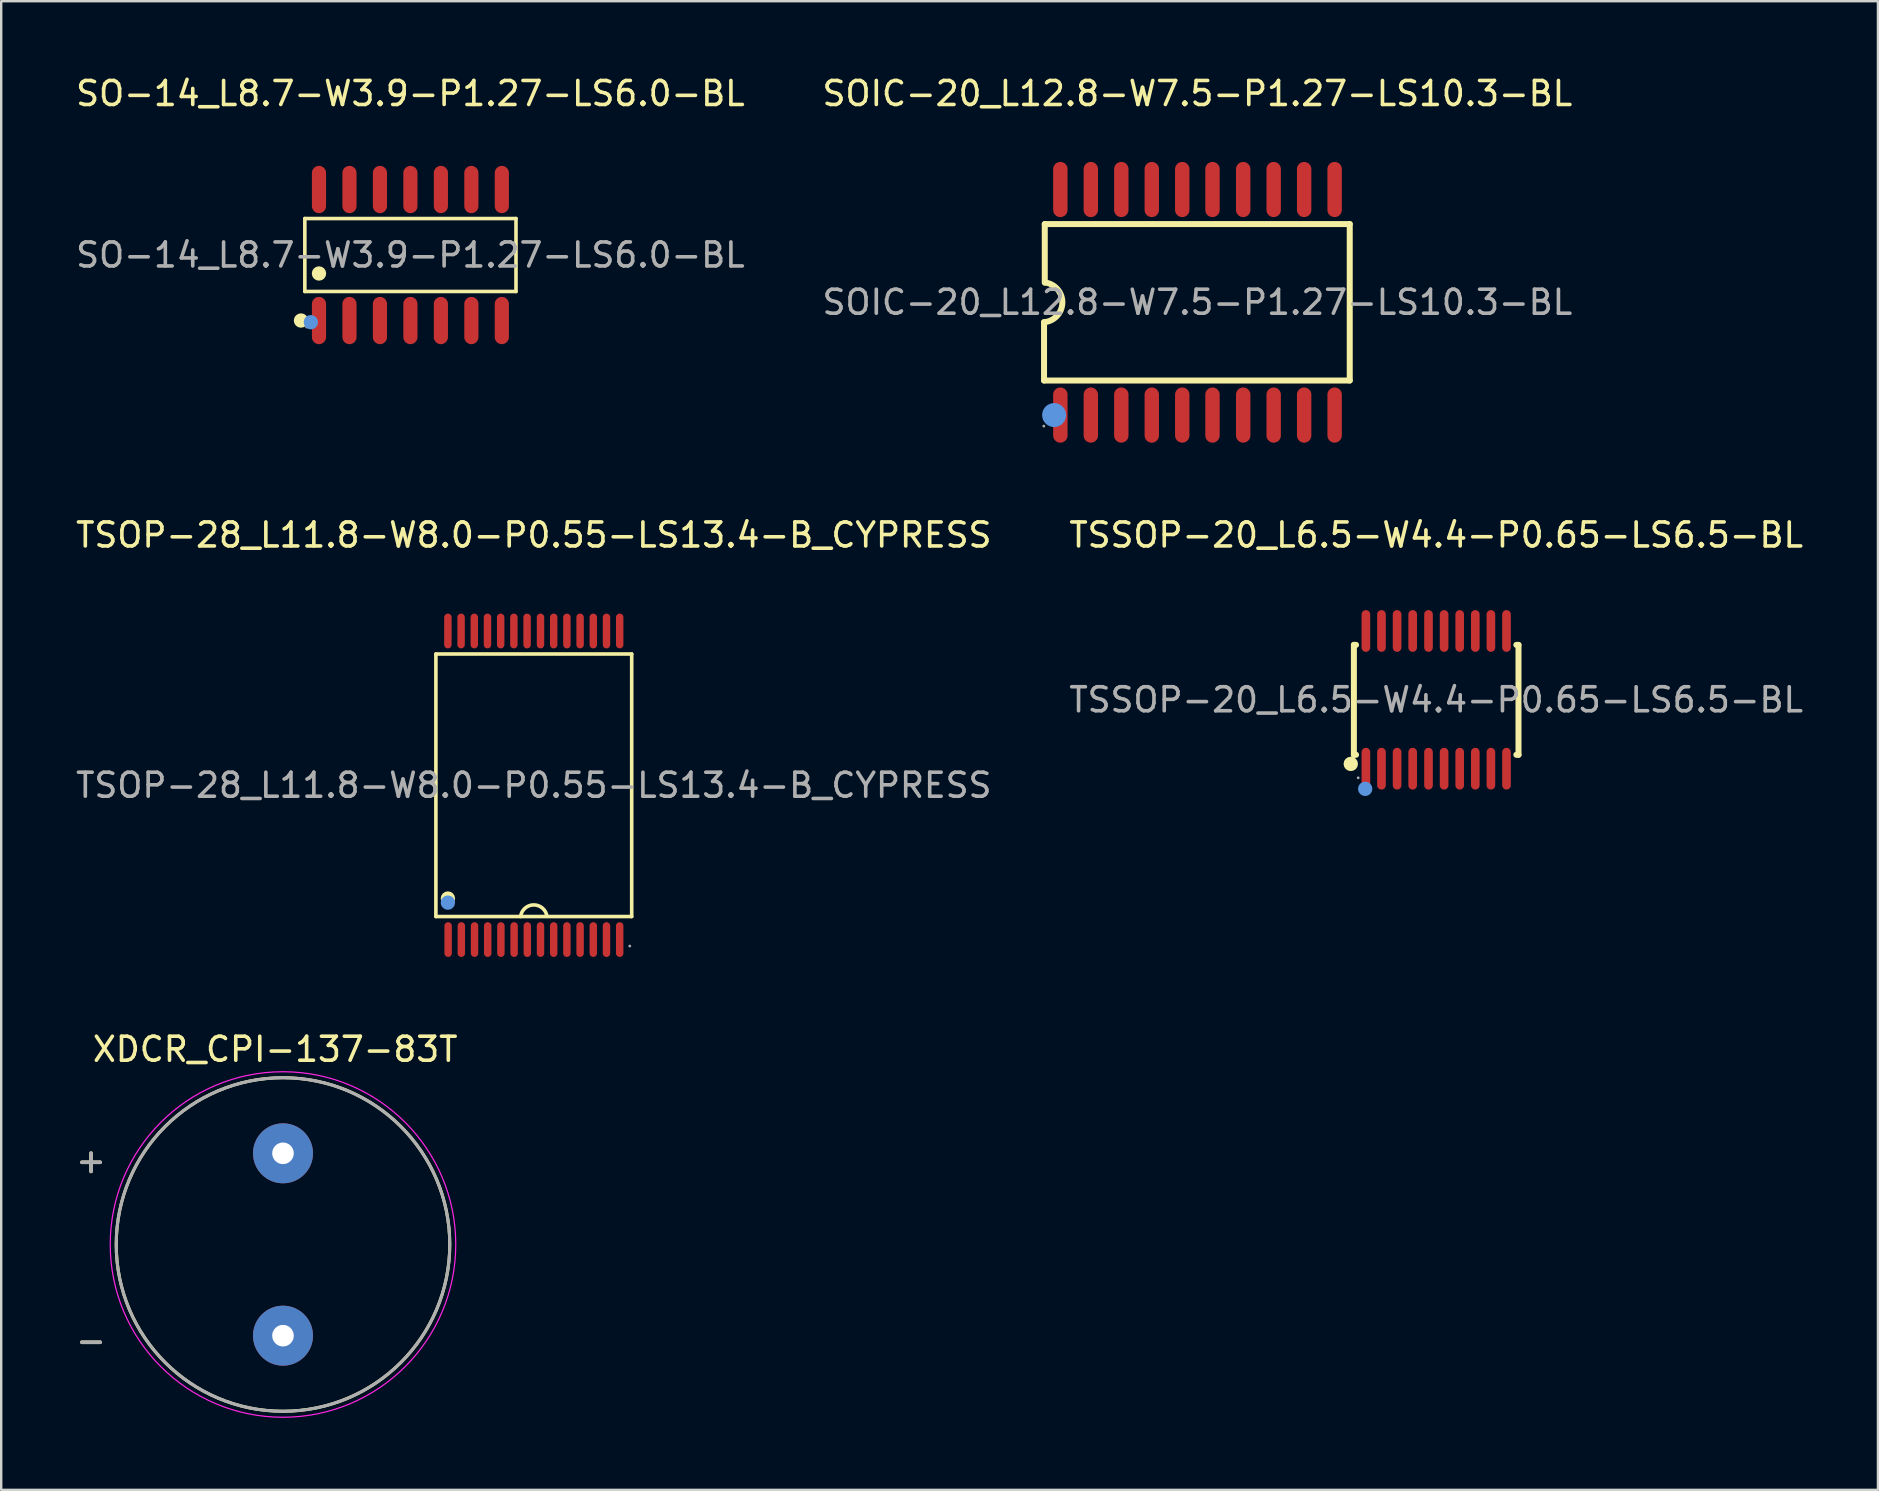
<source format=kicad_pcb>
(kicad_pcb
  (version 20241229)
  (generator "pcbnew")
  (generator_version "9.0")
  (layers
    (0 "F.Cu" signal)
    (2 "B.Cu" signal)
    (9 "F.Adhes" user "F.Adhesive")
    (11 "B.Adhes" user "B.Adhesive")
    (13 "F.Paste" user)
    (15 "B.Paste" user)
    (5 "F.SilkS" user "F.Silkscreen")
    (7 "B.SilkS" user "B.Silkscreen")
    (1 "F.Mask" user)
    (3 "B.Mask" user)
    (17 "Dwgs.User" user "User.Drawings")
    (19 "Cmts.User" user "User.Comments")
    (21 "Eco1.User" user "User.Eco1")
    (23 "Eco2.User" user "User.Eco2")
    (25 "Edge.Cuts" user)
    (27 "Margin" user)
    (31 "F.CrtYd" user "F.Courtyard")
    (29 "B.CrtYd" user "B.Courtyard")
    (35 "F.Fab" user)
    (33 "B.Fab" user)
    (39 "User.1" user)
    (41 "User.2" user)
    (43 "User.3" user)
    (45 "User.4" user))
  (footprint "XDCR_CPI-137-83T"
    (layer "F.Cu")
    (at 8.744 48.815)
    (property "Reference" "XDCR_CPI-137-83T" (at -0.325 -8.135 0) (layer "F.SilkS") (effects (font (size 1 1) (thickness 0.15))))
    (attr through_hole)
    (fp_circle (center 0 0) (end 6.95 0) (stroke (width 0.127) (type solid)) (fill no) (layer "F.SilkS"))
    (fp_circle (center 0 0) (end 7.2 0) (stroke (width 0.05) (type solid)) (fill no) (layer "F.CrtYd"))
    (fp_circle (center 0 0) (end 6.95 0) (stroke (width 0.127) (type solid)) (fill no) (layer "F.Fab"))
    (fp_text user "+" (at -8 -3.5 0) (layer "F.SilkS") (effects (font (size 1 1) (thickness 0.15))))
    (fp_text user "-" (at -8 4 0) (layer "F.SilkS") (effects (font (size 1 1) (thickness 0.15))))
    (fp_text user "-" (at -8 4 0) (layer "F.Fab") (effects (font (size 1 1) (thickness 0.15))))
    (fp_text user "+" (at -8 -3.5 0) (layer "F.Fab") (effects (font (size 1 1) (thickness 0.15))))
    (pad "N" thru_hole circle (at 0 3.8) (size 2.5 2.5) (drill 0.9) (layers "*.Cu" "*.Mask"))
    (pad "P" thru_hole circle (at 0 -3.8) (size 2.5 2.5) (drill 0.9) (layers "*.Cu" "*.Mask")))
  (footprint "SOIC-20_L12.8-W7.5-P1.27-LS10.3-BL"
    (layer "F.Cu")
    (at 46.851 9.548)
    (property "Reference" "SOIC-20_L12.8-W7.5-P1.27-LS10.3-BL" (at 0 -8.7 0) (layer "F.SilkS") (effects (font (size 1 1) (thickness 0.15))))
    (attr through_hole)
    (fp_line (start -6.39 0.83) (end -6.39 3.26) (stroke (width 0.25) (type solid)) (layer "F.SilkS"))
    (fp_line (start -6.39 3.26) (end 6.35 3.26) (stroke (width 0.25) (type solid)) (layer "F.SilkS"))
    (fp_line (start -6.36 -3.26) (end 6.35 -3.26) (stroke (width 0.25) (type solid)) (layer "F.SilkS"))
    (fp_line (start -6.36 -0.82) (end -6.36 -3.26) (stroke (width 0.25) (type solid)) (layer "F.SilkS"))
    (fp_line (start 6.35 -3.26) (end 6.35 3.26) (stroke (width 0.25) (type solid)) (layer "F.SilkS"))
    (fp_arc (start -6.349993 -0.82565) (mid -5.627297 0.020121) (end -6.39 0.83) (stroke (width 0.25) (type solid)) (layer "F.SilkS"))
    (fp_circle (center -5.97 4.7) (end -5.72 4.7) (stroke (width 0.5) (type solid)) (fill no) (layer "Cmts.User"))
    (fp_circle (center -6.4 5.16) (end -6.37 5.16) (stroke (width 0.06) (type solid)) (fill no) (layer "F.Fab"))
    (fp_text user "${REFERENCE}" (at 0 0 0) (layer "F.Fab") (effects (font (size 1 1) (thickness 0.15))))
    (pad "1" smd oval (at -5.71 4.7 180) (size 0.6 2.3) (layers "F.Cu" "F.Mask" "F.Paste"))
    (pad "2" smd oval (at -4.44 4.7 180) (size 0.6 2.3) (layers "F.Cu" "F.Mask" "F.Paste"))
    (pad "3" smd oval (at -3.17 4.7 180) (size 0.6 2.3) (layers "F.Cu" "F.Mask" "F.Paste"))
    (pad "4" smd oval (at -1.9 4.7 180) (size 0.6 2.3) (layers "F.Cu" "F.Mask" "F.Paste"))
    (pad "5" smd oval (at -0.63 4.7 180) (size 0.6 2.3) (layers "F.Cu" "F.Mask" "F.Paste"))
    (pad "6" smd oval (at 0.63 4.7 180) (size 0.6 2.3) (layers "F.Cu" "F.Mask" "F.Paste"))
    (pad "7" smd oval (at 1.91 4.7 180) (size 0.6 2.3) (layers "F.Cu" "F.Mask" "F.Paste"))
    (pad "8" smd oval (at 3.18 4.7 180) (size 0.6 2.3) (layers "F.Cu" "F.Mask" "F.Paste"))
    (pad "9" smd oval (at 4.45 4.7 180) (size 0.6 2.3) (layers "F.Cu" "F.Mask" "F.Paste"))
    (pad "10" smd oval (at 5.72 4.7 180) (size 0.6 2.3) (layers "F.Cu" "F.Mask" "F.Paste"))
    (pad "11" smd oval (at 5.72 -4.7 180) (size 0.6 2.3) (layers "F.Cu" "F.Mask" "F.Paste"))
    (pad "12" smd oval (at 4.45 -4.7 180) (size 0.6 2.3) (layers "F.Cu" "F.Mask" "F.Paste"))
    (pad "13" smd oval (at 3.18 -4.7 180) (size 0.6 2.3) (layers "F.Cu" "F.Mask" "F.Paste"))
    (pad "14" smd oval (at 1.91 -4.7 180) (size 0.6 2.3) (layers "F.Cu" "F.Mask" "F.Paste"))
    (pad "15" smd oval (at 0.63 -4.7 180) (size 0.6 2.3) (layers "F.Cu" "F.Mask" "F.Paste"))
    (pad "16" smd oval (at -0.63 -4.7 180) (size 0.6 2.3) (layers "F.Cu" "F.Mask" "F.Paste"))
    (pad "17" smd oval (at -1.9 -4.7 180) (size 0.6 2.3) (layers "F.Cu" "F.Mask" "F.Paste"))
    (pad "18" smd oval (at -3.17 -4.7 180) (size 0.6 2.3) (layers "F.Cu" "F.Mask" "F.Paste"))
    (pad "19" smd oval (at -4.44 -4.7 180) (size 0.6 2.3) (layers "F.Cu" "F.Mask" "F.Paste"))
    (pad "20" smd oval (at -5.71 -4.7 180) (size 0.6 2.3) (layers "F.Cu" "F.Mask" "F.Paste")))
  (footprint "SO-14_L8.7-W3.9-P1.27-LS6.0-BL"
    (layer "F.Cu")
    (at 14.054 7.578)
    (property "Reference" "SO-14_L8.7-W3.9-P1.27-LS6.0-BL" (at 0 -6.73 0) (layer "F.SilkS") (effects (font (size 1 1) (thickness 0.15))))
    (attr smd)
    (fp_line (start -4.4 -1.52) (end 4.4 -1.52) (stroke (width 0.15) (type solid)) (layer "F.SilkS"))
    (fp_line (start -4.4 1.52) (end -4.4 -1.52) (stroke (width 0.15) (type solid)) (layer "F.SilkS"))
    (fp_line (start 4.4 -1.52) (end 4.4 1.52) (stroke (width 0.15) (type solid)) (layer "F.SilkS"))
    (fp_line (start 4.4 1.52) (end -4.4 1.52) (stroke (width 0.15) (type solid)) (layer "F.SilkS"))
    (fp_circle (center -4.56 2.73) (end -4.41 2.73) (stroke (width 0.3) (type solid)) (fill no) (layer "F.SilkS"))
    (fp_circle (center -3.81 0.77) (end -3.66 0.77) (stroke (width 0.3) (type solid)) (fill no) (layer "F.SilkS"))
    (fp_circle (center -4.15 2.8) (end -4 2.8) (stroke (width 0.3) (type solid)) (fill no) (layer "Cmts.User"))
    (fp_circle (center -4.33 3) (end -4.3 3) (stroke (width 0.06) (type solid)) (fill no) (layer "F.Fab"))
    (fp_text user "${REFERENCE}" (at 0 0 0) (layer "F.Fab") (effects (font (size 1 1) (thickness 0.15))))
    (pad "1" smd oval (at -3.81 2.73) (size 0.59 1.97) (layers "F.Cu" "F.Mask" "F.Paste"))
    (pad "2" smd oval (at -2.54 2.73) (size 0.59 1.97) (layers "F.Cu" "F.Mask" "F.Paste"))
    (pad "3" smd oval (at -1.27 2.73) (size 0.59 1.97) (layers "F.Cu" "F.Mask" "F.Paste"))
    (pad "4" smd oval (at 0 2.73) (size 0.59 1.97) (layers "F.Cu" "F.Mask" "F.Paste"))
    (pad "5" smd oval (at 1.27 2.73) (size 0.59 1.97) (layers "F.Cu" "F.Mask" "F.Paste"))
    (pad "6" smd oval (at 2.54 2.73) (size 0.59 1.97) (layers "F.Cu" "F.Mask" "F.Paste"))
    (pad "7" smd oval (at 3.81 2.73) (size 0.59 1.97) (layers "F.Cu" "F.Mask" "F.Paste"))
    (pad "8" smd oval (at 3.81 -2.73) (size 0.59 1.97) (layers "F.Cu" "F.Mask" "F.Paste"))
    (pad "9" smd oval (at 2.54 -2.73) (size 0.59 1.97) (layers "F.Cu" "F.Mask" "F.Paste"))
    (pad "10" smd oval (at 1.27 -2.73) (size 0.59 1.97) (layers "F.Cu" "F.Mask" "F.Paste"))
    (pad "11" smd oval (at 0 -2.73) (size 0.59 1.97) (layers "F.Cu" "F.Mask" "F.Paste"))
    (pad "12" smd oval (at -1.27 -2.73) (size 0.59 1.97) (layers "F.Cu" "F.Mask" "F.Paste"))
    (pad "13" smd oval (at -2.54 -2.73) (size 0.59 1.97) (layers "F.Cu" "F.Mask" "F.Paste"))
    (pad "14" smd oval (at -3.81 -2.73) (size 0.59 1.97) (layers "F.Cu" "F.Mask" "F.Paste")))
  (footprint "TSOP-28_L11.8-W8.0-P0.55-LS13.4-B_CYPRESS"
    (layer "F.Cu")
    (at 19.196 29.677)
    (property "Reference" "TSOP-28_L11.8-W8.0-P0.55-LS13.4-B_CYPRESS" (at 0 -10.43 0) (layer "F.SilkS") (effects (font (size 1 1) (thickness 0.15))))
    (attr smd)
    (fp_line (start -4.08 -5.47) (end 4.08 -5.47) (stroke (width 0.15) (type solid)) (layer "F.SilkS"))
    (fp_line (start -4.08 5.47) (end -4.08 -5.47) (stroke (width 0.15) (type solid)) (layer "F.SilkS"))
    (fp_line (start 4.08 -5.47) (end 4.08 5.47) (stroke (width 0.15) (type solid)) (layer "F.SilkS"))
    (fp_line (start 4.08 5.47) (end -4.08 5.47) (stroke (width 0.15) (type solid)) (layer "F.SilkS"))
    (fp_arc (start -0.55 5.47) (mid -0.004614 4.985583) (end 0.548759 5.460856) (stroke (width 0.15) (type solid)) (layer "F.SilkS"))
    (fp_circle (center -3.58 4.72) (end -3.43 4.72) (stroke (width 0.3) (type solid)) (fill no) (layer "F.SilkS"))
    (fp_circle (center -3.58 4.89) (end -3.43 4.89) (stroke (width 0.3) (type solid)) (fill no) (layer "Cmts.User"))
    (fp_circle (center 4 6.7) (end 4.03 6.7) (stroke (width 0.06) (type solid)) (fill no) (layer "F.Fab"))
    (fp_text user "${REFERENCE}" (at 0 0 0) (layer "F.Fab") (effects (font (size 1 1) (thickness 0.15))))
    (pad "1" smd oval (at 0.28 6.43) (size 0.31 1.45) (layers "F.Cu" "F.Mask" "F.Paste"))
    (pad "2" smd oval (at 0.83 6.43) (size 0.31 1.45) (layers "F.Cu" "F.Mask" "F.Paste"))
    (pad "3" smd oval (at 1.38 6.43) (size 0.31 1.45) (layers "F.Cu" "F.Mask" "F.Paste"))
    (pad "4" smd oval (at 1.93 6.43) (size 0.31 1.45) (layers "F.Cu" "F.Mask" "F.Paste"))
    (pad "5" smd oval (at 2.48 6.43) (size 0.31 1.45) (layers "F.Cu" "F.Mask" "F.Paste"))
    (pad "6" smd oval (at 3.03 6.43) (size 0.31 1.45) (layers "F.Cu" "F.Mask" "F.Paste"))
    (pad "7" smd oval (at 3.58 6.43) (size 0.31 1.45) (layers "F.Cu" "F.Mask" "F.Paste"))
    (pad "8" smd oval (at 3.58 -6.43 180) (size 0.31 1.45) (layers "F.Cu" "F.Mask" "F.Paste"))
    (pad "9" smd oval (at 3.03 -6.43 180) (size 0.31 1.45) (layers "F.Cu" "F.Mask" "F.Paste"))
    (pad "10" smd oval (at 2.48 -6.43 180) (size 0.31 1.45) (layers "F.Cu" "F.Mask" "F.Paste"))
    (pad "11" smd oval (at 1.93 -6.43 180) (size 0.31 1.45) (layers "F.Cu" "F.Mask" "F.Paste"))
    (pad "12" smd oval (at 1.38 -6.43 180) (size 0.31 1.45) (layers "F.Cu" "F.Mask" "F.Paste"))
    (pad "13" smd oval (at 0.83 -6.43 180) (size 0.31 1.45) (layers "F.Cu" "F.Mask" "F.Paste"))
    (pad "14" smd oval (at 0.28 -6.43 180) (size 0.31 1.45) (layers "F.Cu" "F.Mask" "F.Paste"))
    (pad "15" smd oval (at -0.28 -6.43) (size 0.31 1.45) (layers "F.Cu" "F.Mask" "F.Paste"))
    (pad "16" smd oval (at -0.83 -6.43) (size 0.31 1.45) (layers "F.Cu" "F.Mask" "F.Paste"))
    (pad "17" smd oval (at -1.38 -6.43) (size 0.31 1.45) (layers "F.Cu" "F.Mask" "F.Paste"))
    (pad "18" smd oval (at -1.93 -6.43) (size 0.31 1.45) (layers "F.Cu" "F.Mask" "F.Paste"))
    (pad "19" smd oval (at -2.48 -6.43) (size 0.31 1.45) (layers "F.Cu" "F.Mask" "F.Paste"))
    (pad "20" smd oval (at -3.03 -6.43) (size 0.31 1.45) (layers "F.Cu" "F.Mask" "F.Paste"))
    (pad "21" smd oval (at -3.58 -6.43) (size 0.31 1.45) (layers "F.Cu" "F.Mask" "F.Paste"))
    (pad "22" smd oval (at -3.57 6.43 180) (size 0.31 1.45) (layers "F.Cu" "F.Mask" "F.Paste"))
    (pad "23" smd oval (at -3.02 6.43 180) (size 0.31 1.45) (layers "F.Cu" "F.Mask" "F.Paste"))
    (pad "24" smd oval (at -2.47 6.43 180) (size 0.31 1.45) (layers "F.Cu" "F.Mask" "F.Paste"))
    (pad "25" smd oval (at -1.92 6.43 180) (size 0.31 1.45) (layers "F.Cu" "F.Mask" "F.Paste"))
    (pad "26" smd oval (at -1.37 6.43 180) (size 0.31 1.45) (layers "F.Cu" "F.Mask" "F.Paste"))
    (pad "27" smd oval (at -0.82 6.43 180) (size 0.31 1.45) (layers "F.Cu" "F.Mask" "F.Paste"))
    (pad "28" smd oval (at -0.27 6.43 180) (size 0.31 1.45) (layers "F.Cu" "F.Mask" "F.Paste")))
  (footprint "TSSOP-20_L6.5-W4.4-P0.65-LS6.5-BL"
    (layer "F.Cu")
    (at 56.804 26.116)
    (property "Reference" "TSSOP-20_L6.5-W4.4-P0.65-LS6.5-BL" (at 0 -6.87 0) (layer "F.SilkS") (effects (font (size 1 1) (thickness 0.15))))
    (attr smd)
    (fp_line (start -3.43 -2.29) (end -3.43 2.29) (stroke (width 0.25) (type solid)) (layer "F.SilkS"))
    (fp_line (start -3.43 2.29) (end -3.34 2.29) (stroke (width 0.25) (type solid)) (layer "F.SilkS"))
    (fp_line (start -3.34 -2.29) (end -3.43 -2.29) (stroke (width 0.25) (type solid)) (layer "F.SilkS"))
    (fp_line (start 3.34 -2.29) (end 3.43 -2.29) (stroke (width 0.25) (type solid)) (layer "F.SilkS"))
    (fp_line (start 3.43 -2.29) (end 3.43 2.29) (stroke (width 0.25) (type solid)) (layer "F.SilkS"))
    (fp_line (start 3.43 2.29) (end 3.34 2.29) (stroke (width 0.25) (type solid)) (layer "F.SilkS"))
    (fp_circle (center -3.56 2.67) (end -3.41 2.67) (stroke (width 0.3) (type solid)) (fill no) (layer "F.SilkS"))
    (fp_circle (center -2.96 3.71) (end -2.81 3.71) (stroke (width 0.3) (type solid)) (fill no) (layer "Cmts.User"))
    (fp_circle (center -3.25 3.25) (end -3.22 3.25) (stroke (width 0.06) (type solid)) (fill no) (layer "F.Fab"))
    (fp_text user "${REFERENCE}" (at 0 0 0) (layer "F.Fab") (effects (font (size 1 1) (thickness 0.15))))
    (pad "1" smd oval (at -2.93 2.87) (size 0.36 1.74) (layers "F.Cu" "F.Mask" "F.Paste"))
    (pad "2" smd oval (at -2.28 2.87) (size 0.36 1.74) (layers "F.Cu" "F.Mask" "F.Paste"))
    (pad "3" smd oval (at -1.63 2.87) (size 0.36 1.74) (layers "F.Cu" "F.Mask" "F.Paste"))
    (pad "4" smd oval (at -0.98 2.87) (size 0.36 1.74) (layers "F.Cu" "F.Mask" "F.Paste"))
    (pad "5" smd oval (at -0.32 2.87) (size 0.36 1.74) (layers "F.Cu" "F.Mask" "F.Paste"))
    (pad "6" smd oval (at 0.33 2.87) (size 0.36 1.74) (layers "F.Cu" "F.Mask" "F.Paste"))
    (pad "7" smd oval (at 0.98 2.87) (size 0.36 1.74) (layers "F.Cu" "F.Mask" "F.Paste"))
    (pad "8" smd oval (at 1.63 2.87) (size 0.36 1.74) (layers "F.Cu" "F.Mask" "F.Paste"))
    (pad "9" smd oval (at 2.28 2.87) (size 0.36 1.74) (layers "F.Cu" "F.Mask" "F.Paste"))
    (pad "10" smd oval (at 2.93 2.87) (size 0.36 1.74) (layers "F.Cu" "F.Mask" "F.Paste"))
    (pad "11" smd oval (at 2.93 -2.87) (size 0.36 1.74) (layers "F.Cu" "F.Mask" "F.Paste"))
    (pad "12" smd oval (at 2.28 -2.87) (size 0.36 1.74) (layers "F.Cu" "F.Mask" "F.Paste"))
    (pad "13" smd oval (at 1.63 -2.87) (size 0.36 1.74) (layers "F.Cu" "F.Mask" "F.Paste"))
    (pad "14" smd oval (at 0.98 -2.87) (size 0.36 1.74) (layers "F.Cu" "F.Mask" "F.Paste"))
    (pad "15" smd oval (at 0.33 -2.87) (size 0.36 1.74) (layers "F.Cu" "F.Mask" "F.Paste"))
    (pad "16" smd oval (at -0.32 -2.87) (size 0.36 1.74) (layers "F.Cu" "F.Mask" "F.Paste"))
    (pad "17" smd oval (at -0.98 -2.87) (size 0.36 1.74) (layers "F.Cu" "F.Mask" "F.Paste"))
    (pad "18" smd oval (at -1.63 -2.87) (size 0.36 1.74) (layers "F.Cu" "F.Mask" "F.Paste"))
    (pad "19" smd oval (at -2.28 -2.87) (size 0.36 1.74) (layers "F.Cu" "F.Mask" "F.Paste"))
    (pad "20" smd oval (at -2.93 -2.87) (size 0.36 1.74) (layers "F.Cu" "F.Mask" "F.Paste")))
  (gr_rect
    (start -3 -3)
    (end 75.214 59.04)
    (stroke (width 0.1) (type default))
    (fill no)
    (layer "Edge.Cuts")))
</source>
